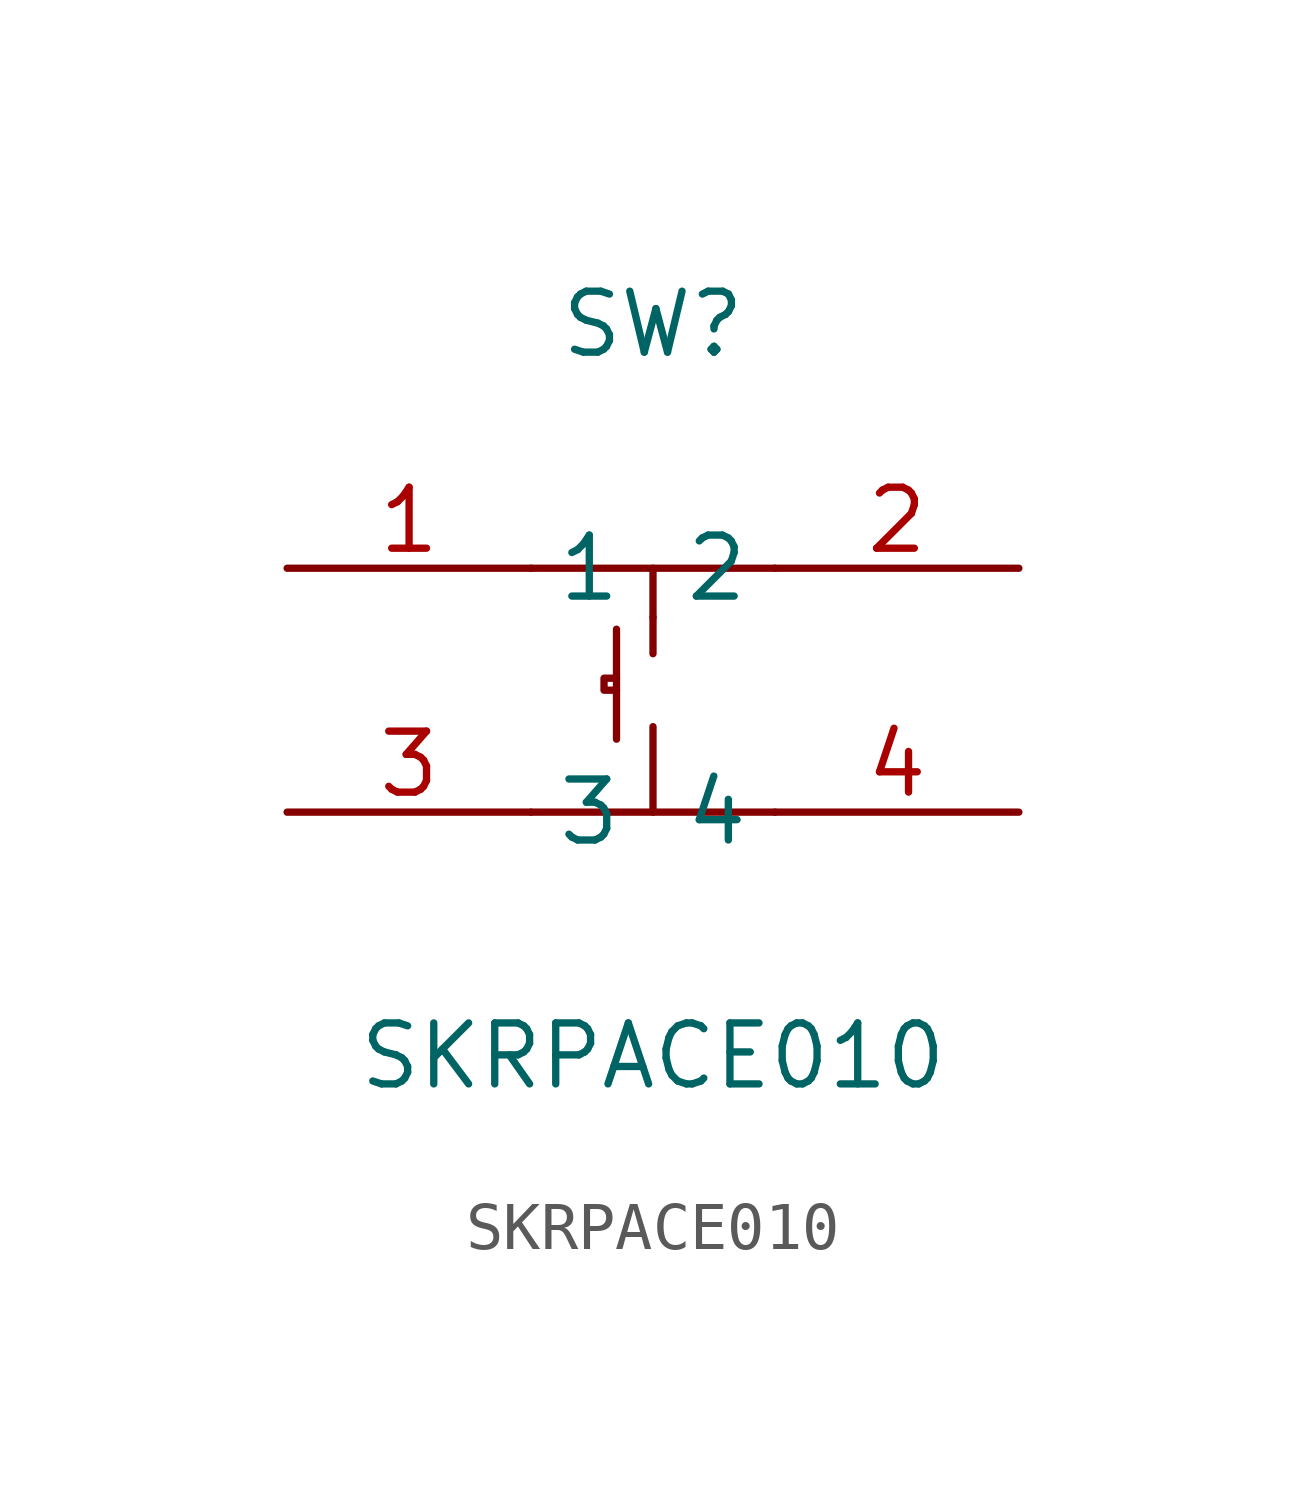
<source format=kicad_sym>
(kicad_symbol_lib
  (version 1)
  (generator "faebryk")
  (symbol "SKRPACE010"
    (property "Reference" "SW"
      (at 0 6.35 0)
      (effects (font (size 1.27 1.27)) (hide no)))
    (property "Value" "SKRPACE010"
      (at 0 -8.89 0)
      (effects (font (size 1.27 1.27)) (hide no)))
    (symbol "SKRPACE010_0_1"
      (polyline (stroke (width 0) (type default) (color 0 0 0 0)) (fill (type none)) (pts (xy -2.54 1.27) (xy 2.54 1.27)))
      (polyline (stroke (width 0) (type default) (color 0 0 0 0)) (fill (type none)) (pts (xy -2.54 -3.81) (xy 2.54 -3.81)))
      (polyline (stroke (width 0) (type default) (color 0 0 0 0)) (fill (type none)) (pts (xy 0 1.27) (xy 0 0.25)))
      (polyline (stroke (width 0) (type default) (color 0 0 0 0)) (fill (type none)) (pts (xy 0 -3.81) (xy 0 -2.03)))
      (polyline (stroke (width 0) (type default) (color 0 0 0 0)) (fill (type none)) (pts (xy 0 0.25) (xy 0 -0.51)))
      (polyline (stroke (width 0) (type default) (color 0 0 0 0)) (fill (type none)) (pts (xy -0.76 0) (xy -0.76 -2.29)))
      (polyline (stroke (width 0) (type default) (color 0 0 0 0)) (fill (type none)) (pts (xy -0.76 -1.02) (xy -1.02 -1.02) (xy -1.02 -1.27) (xy -0.76 -1.27)))
      (pin unspecified line (at -7.62 1.27 0) (length 5.08) (name "1" (effects (font (size 1.27 1.27)) (hide no))) (number "1" (effects (font (size 1.27 1.27)) (hide no))))
      (pin unspecified line (at 7.62 1.27 180) (length 5.08) (name "2" (effects (font (size 1.27 1.27)) (hide no))) (number "2" (effects (font (size 1.27 1.27)) (hide no))))
      (pin unspecified line (at -7.62 -3.81 0) (length 5.08) (name "3" (effects (font (size 1.27 1.27)) (hide no))) (number "3" (effects (font (size 1.27 1.27)) (hide no))))
      (pin unspecified line (at 7.62 -3.81 180) (length 5.08) (name "4" (effects (font (size 1.27 1.27)) (hide no))) (number "4" (effects (font (size 1.27 1.27)) (hide no)))))))
</source>
